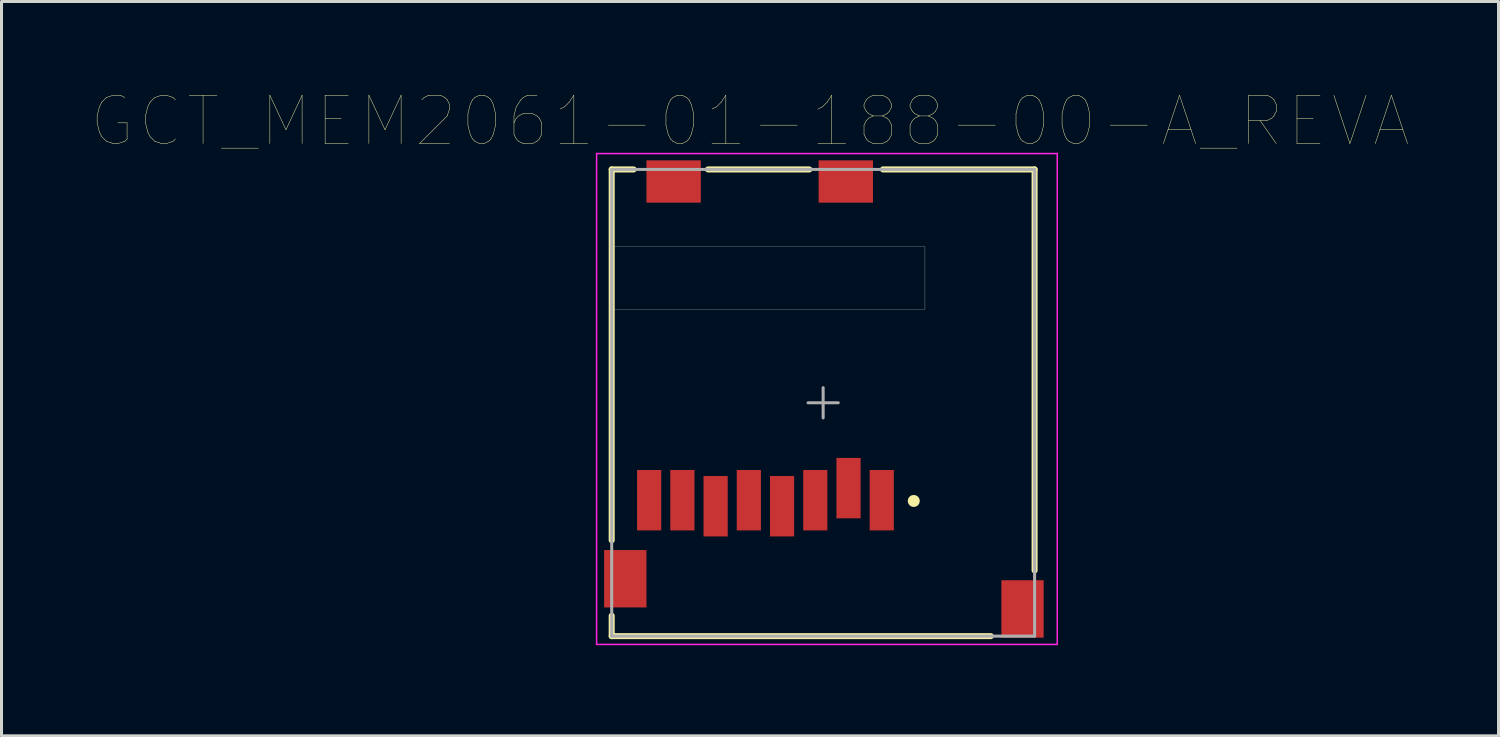
<source format=kicad_pcb>
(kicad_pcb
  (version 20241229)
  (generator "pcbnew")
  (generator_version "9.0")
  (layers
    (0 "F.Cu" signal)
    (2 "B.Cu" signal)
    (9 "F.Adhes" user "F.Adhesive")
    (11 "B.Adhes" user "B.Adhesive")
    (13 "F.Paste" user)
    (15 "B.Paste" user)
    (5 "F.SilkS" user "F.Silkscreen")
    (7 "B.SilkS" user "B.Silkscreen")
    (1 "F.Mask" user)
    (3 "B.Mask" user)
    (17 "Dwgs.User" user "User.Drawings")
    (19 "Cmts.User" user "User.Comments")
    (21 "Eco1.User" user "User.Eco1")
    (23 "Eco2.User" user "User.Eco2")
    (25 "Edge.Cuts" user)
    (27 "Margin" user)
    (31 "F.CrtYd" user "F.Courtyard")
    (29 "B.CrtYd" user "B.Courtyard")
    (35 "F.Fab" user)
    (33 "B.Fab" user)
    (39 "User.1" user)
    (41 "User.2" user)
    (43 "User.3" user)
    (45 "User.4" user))
  (footprint "GCT_MEM2061-01-188-00-A_REVA"
    (layer "F.Cu")
    (at 24.2 10.284)
    (property "Reference" "GCT_MEM2061-01-188-00-A_REVA" (at -2.421 -9.321 0) (layer "F.SilkS") (effects (font (size 1.601 1.601) (thickness 0.015))))
    (attr through_hole)
    (fp_line (start -7 -7.725) (end -6.274 -7.725) (stroke (width 0.2) (type solid)) (layer "F.SilkS"))
    (fp_line (start -7 4.55) (end -7 -7.725) (stroke (width 0.2) (type solid)) (layer "F.SilkS"))
    (fp_line (start -7 7.725) (end -7 7.05) (stroke (width 0.2) (type solid)) (layer "F.SilkS"))
    (fp_line (start -7 7.725) (end 5.55 7.725) (stroke (width 0.2) (type solid)) (layer "F.SilkS"))
    (fp_line (start -3.81 -7.725) (end -0.457 -7.725) (stroke (width 0.2) (type solid)) (layer "F.SilkS"))
    (fp_line (start 1.981 -7.725) (end 7 -7.725) (stroke (width 0.2) (type solid)) (layer "F.SilkS"))
    (fp_line (start 7 5.55) (end 7 -7.725) (stroke (width 0.2) (type solid)) (layer "F.SilkS"))
    (fp_circle (center 3 3.25) (end 3.1 3.25) (stroke (width 0.2) (type solid)) (fill no) (layer "F.SilkS"))
    (fp_poly (pts (xy -7.011 -5.175) (xy 3.37 -5.175) (xy 3.37 -3.1) (xy -7.011 -3.1)) (stroke (width 0.01) (type solid)) (fill no) (layer "Dwgs.User"))
    (fp_line (start -7.5 -8.25) (end 7.75 -8.25) (stroke (width 0.05) (type solid)) (layer "F.CrtYd"))
    (fp_line (start -7.5 8) (end -7.5 -8.25) (stroke (width 0.05) (type solid)) (layer "F.CrtYd"))
    (fp_line (start 7.75 -8.25) (end 7.75 8) (stroke (width 0.05) (type solid)) (layer "F.CrtYd"))
    (fp_line (start 7.75 8) (end -7.5 8) (stroke (width 0.05) (type solid)) (layer "F.CrtYd"))
    (fp_line (start -7 -7.725) (end 7 -7.725) (stroke (width 0.1) (type solid)) (layer "F.Fab"))
    (fp_line (start -7 7.725) (end -7 -7.725) (stroke (width 0.1) (type solid)) (layer "F.Fab"))
    (fp_line (start -7 7.725) (end 7 7.725) (stroke (width 0.1) (type solid)) (layer "F.Fab"))
    (fp_line (start -0.5 0) (end 0.5 0) (stroke (width 0.1) (type solid)) (layer "F.Fab"))
    (fp_line (start 0 0.5) (end 0 -0.5) (stroke (width 0.1) (type solid)) (layer "F.Fab"))
    (fp_line (start 7 7.725) (end 7 -7.725) (stroke (width 0.1) (type solid)) (layer "F.Fab"))
    (pad "1" smd rect (at 1.94 3.225) (size 0.8 2) (layers "F.Cu" "F.Mask" "F.Paste"))
    (pad "2" smd rect (at 0.84 2.825) (size 0.8 2) (layers "F.Cu" "F.Mask" "F.Paste"))
    (pad "3" smd rect (at -0.26 3.225) (size 0.8 2) (layers "F.Cu" "F.Mask" "F.Paste"))
    (pad "4" smd rect (at -1.36 3.425) (size 0.8 2) (layers "F.Cu" "F.Mask" "F.Paste"))
    (pad "5" smd rect (at -2.46 3.225) (size 0.8 2) (layers "F.Cu" "F.Mask" "F.Paste"))
    (pad "6" smd rect (at -3.56 3.425) (size 0.8 2) (layers "F.Cu" "F.Mask" "F.Paste"))
    (pad "7" smd rect (at -4.66 3.225) (size 0.8 2) (layers "F.Cu" "F.Mask" "F.Paste"))
    (pad "8" smd rect (at -5.76 3.225) (size 0.8 2) (layers "F.Cu" "F.Mask" "F.Paste"))
    (pad "9" smd rect (at -4.95 -7.325) (size 1.8 1.4) (layers "F.Cu" "F.Mask" "F.Paste"))
    (pad "10" smd rect (at 0.75 -7.325) (size 1.8 1.4) (layers "F.Cu" "F.Mask" "F.Paste"))
    (pad "11" smd rect (at -6.55 5.825) (size 1.4 1.9) (layers "F.Cu" "F.Mask" "F.Paste"))
    (pad "12" smd rect (at 6.6 6.825) (size 1.4 1.9) (layers "F.Cu" "F.Mask" "F.Paste")))
  (gr_rect
    (start -3 -3)
    (end 46.558 21.309)
    (stroke (width 0.1) (type default))
    (fill no)
    (layer "Edge.Cuts")))
</source>
